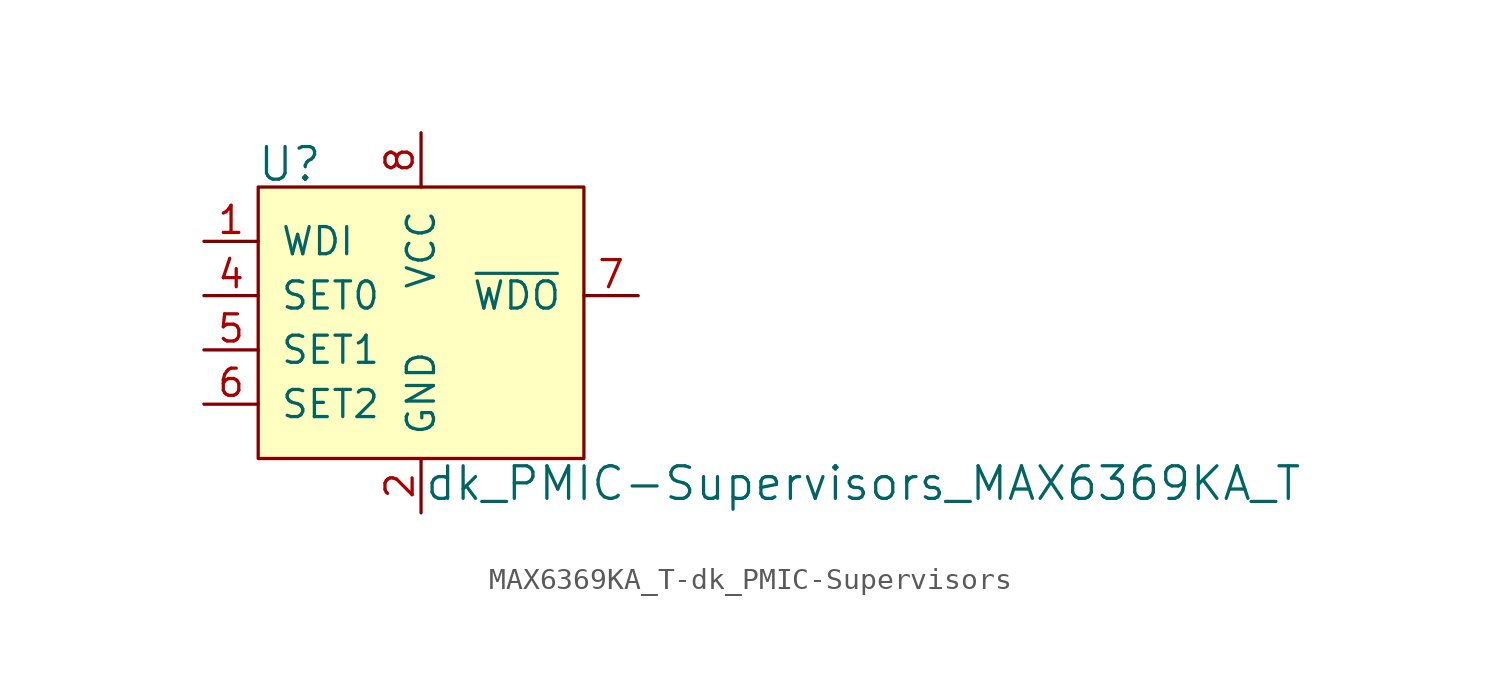
<source format=kicad_sym>
(kicad_symbol_lib
  (version 20231120)
  (generator "kicad_symbol_editor")
  (generator_version "8.0")
  (symbol "MAX6369KA_T-dk_PMIC-Supervisors"
    (pin_names
      (offset 1.016))
    (property "Reference" "U"
      (at -7.696 1.067 0)
      (effects (font (size 1.524 1.524)) (justify left)))
    (property "Value" "dk_PMIC-Supervisors_MAX6369KA_T"
      (at 0.127 -13.868 0)
      (effects (font (size 1.524 1.524)) (justify left)))
    (symbol "MAX6369KA_T-dk_PMIC-Supervisors_0_1"
      (rectangle (start -7.62 0) (end 7.62 -12.7) (stroke (width 0) (type solid)) (fill (type background))))
    (symbol "MAX6369KA_T-dk_PMIC-Supervisors_1_1"
      (pin input line (at -10.16 -2.54 0) (length 2.54) (name "WDI" (effects (font (size 1.27 1.27)))) (number "1" (effects (font (size 1.27 1.27)))))
      (pin power_in line (at 0 -15.24 90) (length 2.54) (name "GND" (effects (font (size 1.27 1.27)))) (number "2" (effects (font (size 1.27 1.27)))))
      (pin no_connect line (at 7.62 -7.62 180) (length 2.54) hide (name "NC" (effects (font (size 1.27 1.27)))) (number "3" (effects (font (size 1.27 1.27)))))
      (pin input line (at -10.16 -5.08 0) (length 2.54) (name "SET0" (effects (font (size 1.27 1.27)))) (number "4" (effects (font (size 1.27 1.27)))))
      (pin input line (at -10.16 -7.62 0) (length 2.54) (name "SET1" (effects (font (size 1.27 1.27)))) (number "5" (effects (font (size 1.27 1.27)))))
      (pin input line (at -10.16 -10.16 0) (length 2.54) (name "SET2" (effects (font (size 1.27 1.27)))) (number "6" (effects (font (size 1.27 1.27)))))
      (pin output line (at 10.16 -5.08 180) (length 2.54) (name "~{WDO}" (effects (font (size 1.27 1.27)))) (number "7" (effects (font (size 1.27 1.27)))))
      (pin power_in line (at 0 2.54 270) (length 2.54) (name "VCC" (effects (font (size 1.27 1.27)))) (number "8" (effects (font (size 1.27 1.27))))))))
</source>
